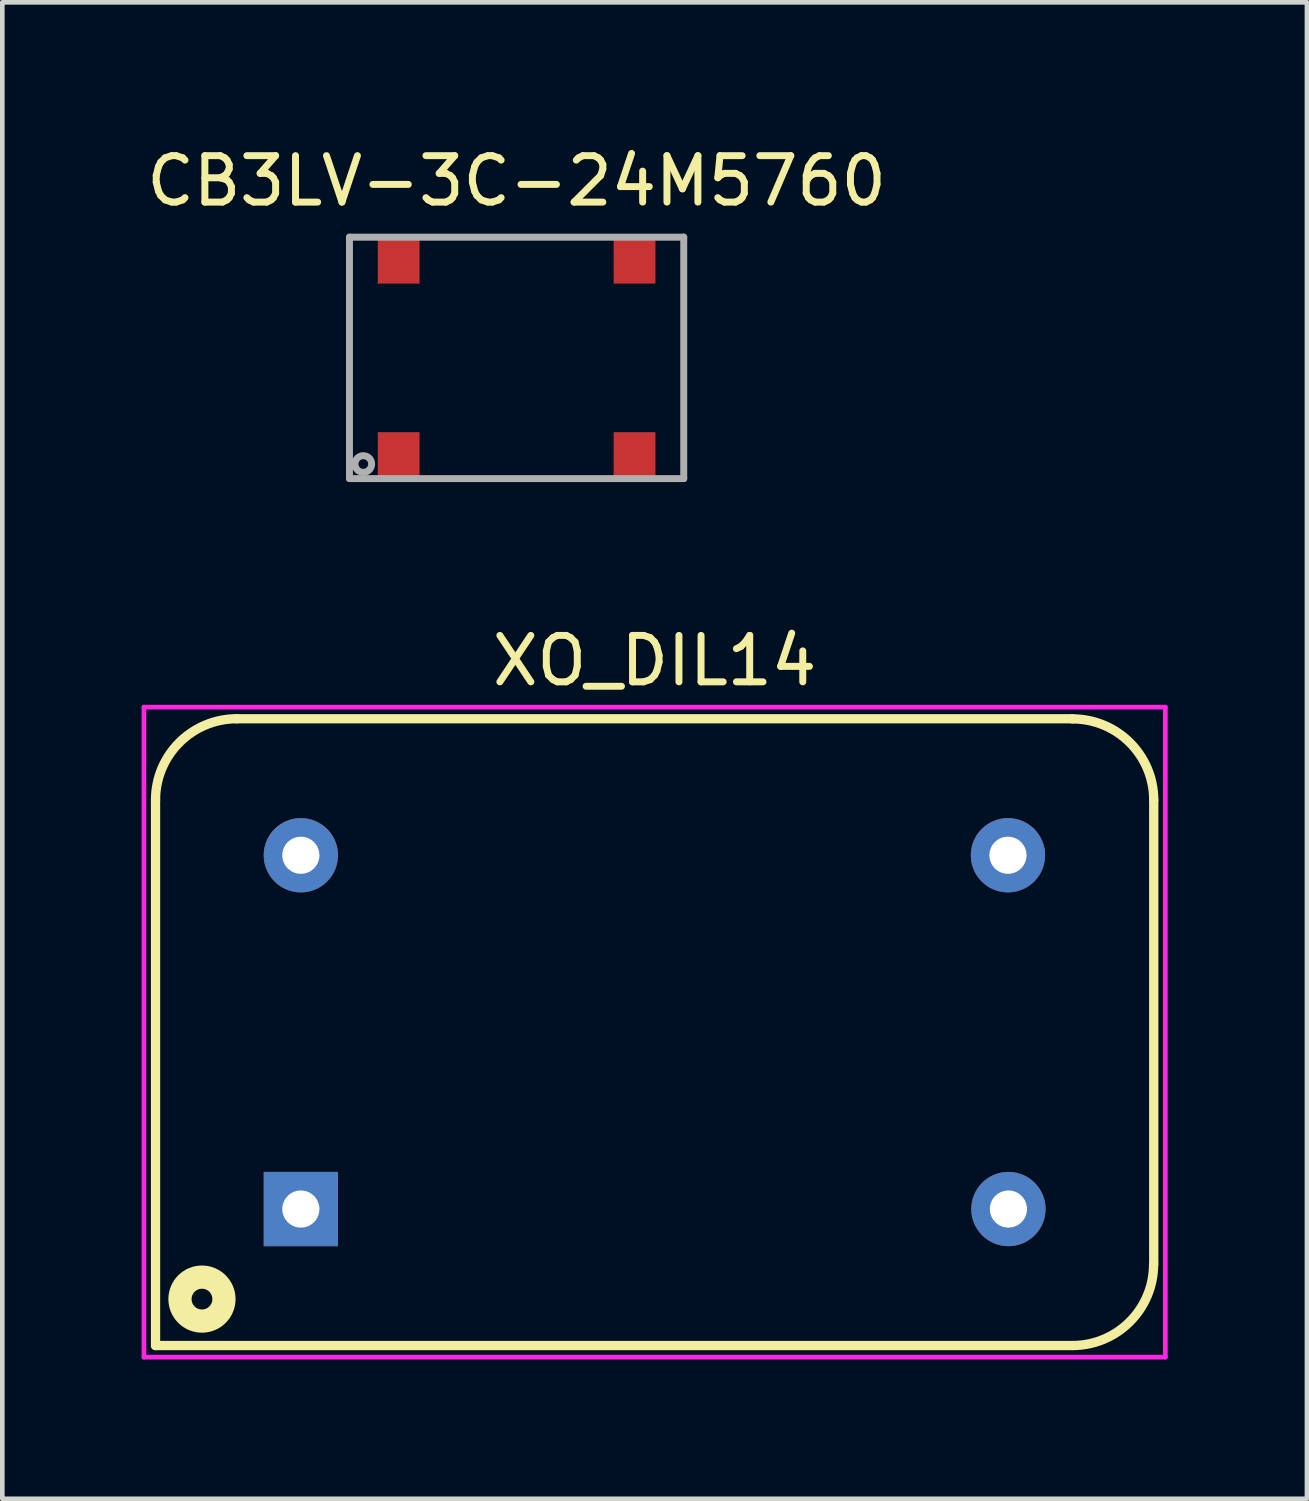
<source format=kicad_pcb>
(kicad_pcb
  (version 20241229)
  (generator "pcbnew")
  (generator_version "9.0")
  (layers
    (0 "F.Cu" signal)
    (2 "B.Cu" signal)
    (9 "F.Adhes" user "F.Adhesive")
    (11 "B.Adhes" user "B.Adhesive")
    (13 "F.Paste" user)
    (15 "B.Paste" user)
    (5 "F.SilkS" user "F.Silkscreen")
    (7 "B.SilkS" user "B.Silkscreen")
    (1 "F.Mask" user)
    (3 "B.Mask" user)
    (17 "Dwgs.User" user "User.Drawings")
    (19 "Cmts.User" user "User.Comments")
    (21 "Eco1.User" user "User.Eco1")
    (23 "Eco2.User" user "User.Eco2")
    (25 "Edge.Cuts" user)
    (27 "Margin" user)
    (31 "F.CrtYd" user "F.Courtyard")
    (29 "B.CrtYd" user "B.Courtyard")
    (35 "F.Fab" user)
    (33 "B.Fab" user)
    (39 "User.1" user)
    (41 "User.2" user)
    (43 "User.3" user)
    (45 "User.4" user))
  (footprint "XO_DIL14"
    (layer "F.Cu")
    (at 11.05 19.181)
    (property "Reference" "XO_DIL14" (at 0 -8 0) (layer "F.SilkS") (effects (font (size 1 1) (thickness 0.15))))
    (attr through_hole)
    (fp_line (start -10.75 6.75) (end -10.75 -5) (stroke (width 0.2) (type solid)) (layer "F.SilkS"))
    (fp_line (start -10.75 6.75) (end 9 6.75) (stroke (width 0.2) (type solid)) (layer "F.SilkS"))
    (fp_line (start -9 -6.75) (end 9 -6.75) (stroke (width 0.2) (type solid)) (layer "F.SilkS"))
    (fp_line (start 10.75 -5) (end 10.75 5) (stroke (width 0.2) (type solid)) (layer "F.SilkS"))
    (fp_arc (start -10.75 -5) (mid -10.238516 -6.236357) (end -9.003054 -6.749997) (stroke (width 0.2) (type solid)) (layer "F.SilkS"))
    (fp_arc (start 9.000003 -6.746946) (mid 10.23636 -6.235462) (end 10.75 -5) (stroke (width 0.2) (type solid)) (layer "F.SilkS"))
    (fp_arc (start 10.746946 5.000003) (mid 10.235462 6.23636) (end 9 6.75) (stroke (width 0.2) (type solid)) (layer "F.SilkS"))
    (fp_circle (center -9.75 5.75) (end -9.55 5.65) (stroke (width 0.5) (type solid)) (fill no) (layer "F.SilkS"))
    (fp_line (start -11 -7) (end -11 7) (stroke (width 0.1) (type solid)) (layer "F.CrtYd"))
    (fp_line (start -11 7) (end 11 7) (stroke (width 0.1) (type solid)) (layer "F.CrtYd"))
    (fp_line (start 11 -7) (end -11 -7) (stroke (width 0.1) (type solid)) (layer "F.CrtYd"))
    (fp_line (start 11 7) (end 11 -7) (stroke (width 0.1) (type solid)) (layer "F.CrtYd"))
    (pad "1" thru_hole rect (at -7.62 3.81) (size 1.6 1.6) (drill 0.8) (layers "*.Cu" "*.Mask"))
    (pad "7" thru_hole circle (at 7.62 3.81) (size 1.6 1.6) (drill 0.8) (layers "*.Cu" "*.Mask"))
    (pad "8" thru_hole circle (at 7.61 -3.81) (size 1.6 1.6) (drill 0.8) (layers "*.Cu" "*.Mask"))
    (pad "14" thru_hole circle (at -7.62 -3.81) (size 1.6 1.6) (drill 0.8) (layers "*.Cu" "*.Mask")))
  (footprint "CB3LV-3C-24M5760"
    (layer "F.Cu")
    (at 8.077 4.658)
    (property "Reference" "CB3LV-3C-24M5760" (at 0 -3.81 0) (layer "F.SilkS") (effects (font (size 1 1) (thickness 0.15))))
    (attr through_hole)
    (fp_line (start -3.6 -2.6) (end -3.6 2.6) (stroke (width 0.15) (type solid)) (layer "F.Fab"))
    (fp_line (start -3.6 2.6) (end 3.6 2.6) (stroke (width 0.15) (type solid)) (layer "F.Fab"))
    (fp_line (start 3.6 -2.6) (end -3.6 -2.6) (stroke (width 0.15) (type solid)) (layer "F.Fab"))
    (fp_line (start 3.6 2.6) (end 3.6 -2.6) (stroke (width 0.15) (type solid)) (layer "F.Fab"))
    (fp_circle (center -3.302 2.286) (end -3.175 2.413) (stroke (width 0.15) (type solid)) (fill no) (layer "F.Fab"))
    (pad "1" smd rect (at -2.54 2.1) (size 0.9 1) (layers "F.Cu" "F.Mask" "F.Paste"))
    (pad "2" smd rect (at 2.54 2.1) (size 0.9 1) (layers "F.Cu" "F.Mask" "F.Paste"))
    (pad "3" smd rect (at 2.54 -2.1) (size 0.9 1) (layers "F.Cu" "F.Mask" "F.Paste"))
    (pad "4" smd rect (at -2.54 -2.1) (size 0.9 1) (layers "F.Cu" "F.Mask" "F.Paste")))
  (gr_rect
    (start -3 -3)
    (end 25.1 29.232)
    (stroke (width 0.1) (type default))
    (fill no)
    (layer "Edge.Cuts")))
</source>
